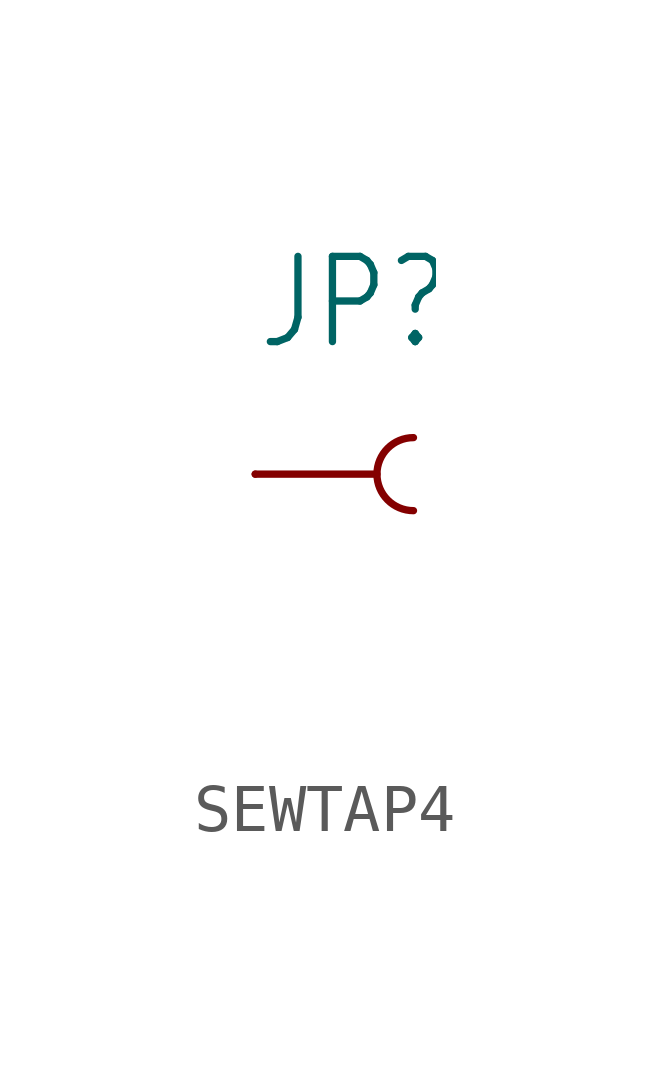
<source format=kicad_sym>
(kicad_symbol_lib
  (version 20220914)
  (generator kicad_symbol_editor)
  (symbol "SEWTAP4"
    (property "Reference" "JP"
      (at -2.54 2.54 0)
      (effects (font (size 1.778 1.511)) (justify left bottom)))
    (property "Value" ""
      (at -2.54 -5.08 0)
      (effects (font (size 1.778 1.511)) (justify left bottom)))
    (property "ki_locked" ""
      (at 0 0 0)
      (effects (font (size 1.27 1.27))))
    (symbol "SEWTAP4_1_0"
      (polyline (pts (xy 0 0) (xy -2.54 0)) (stroke (width 0.152) (type solid)) (fill (type none)))
      (arc (start 0.762 0.762) (mid 0 0) (end 0.762 -0.762) (stroke (width 0.1524) (type solid)) (fill (type none)))
      (pin bidirectional line (at -2.54 0 180) (length 0) (name "1" (effects (font (size 0 0)))) (number "1" (effects (font (size 0 0))))))))
</source>
